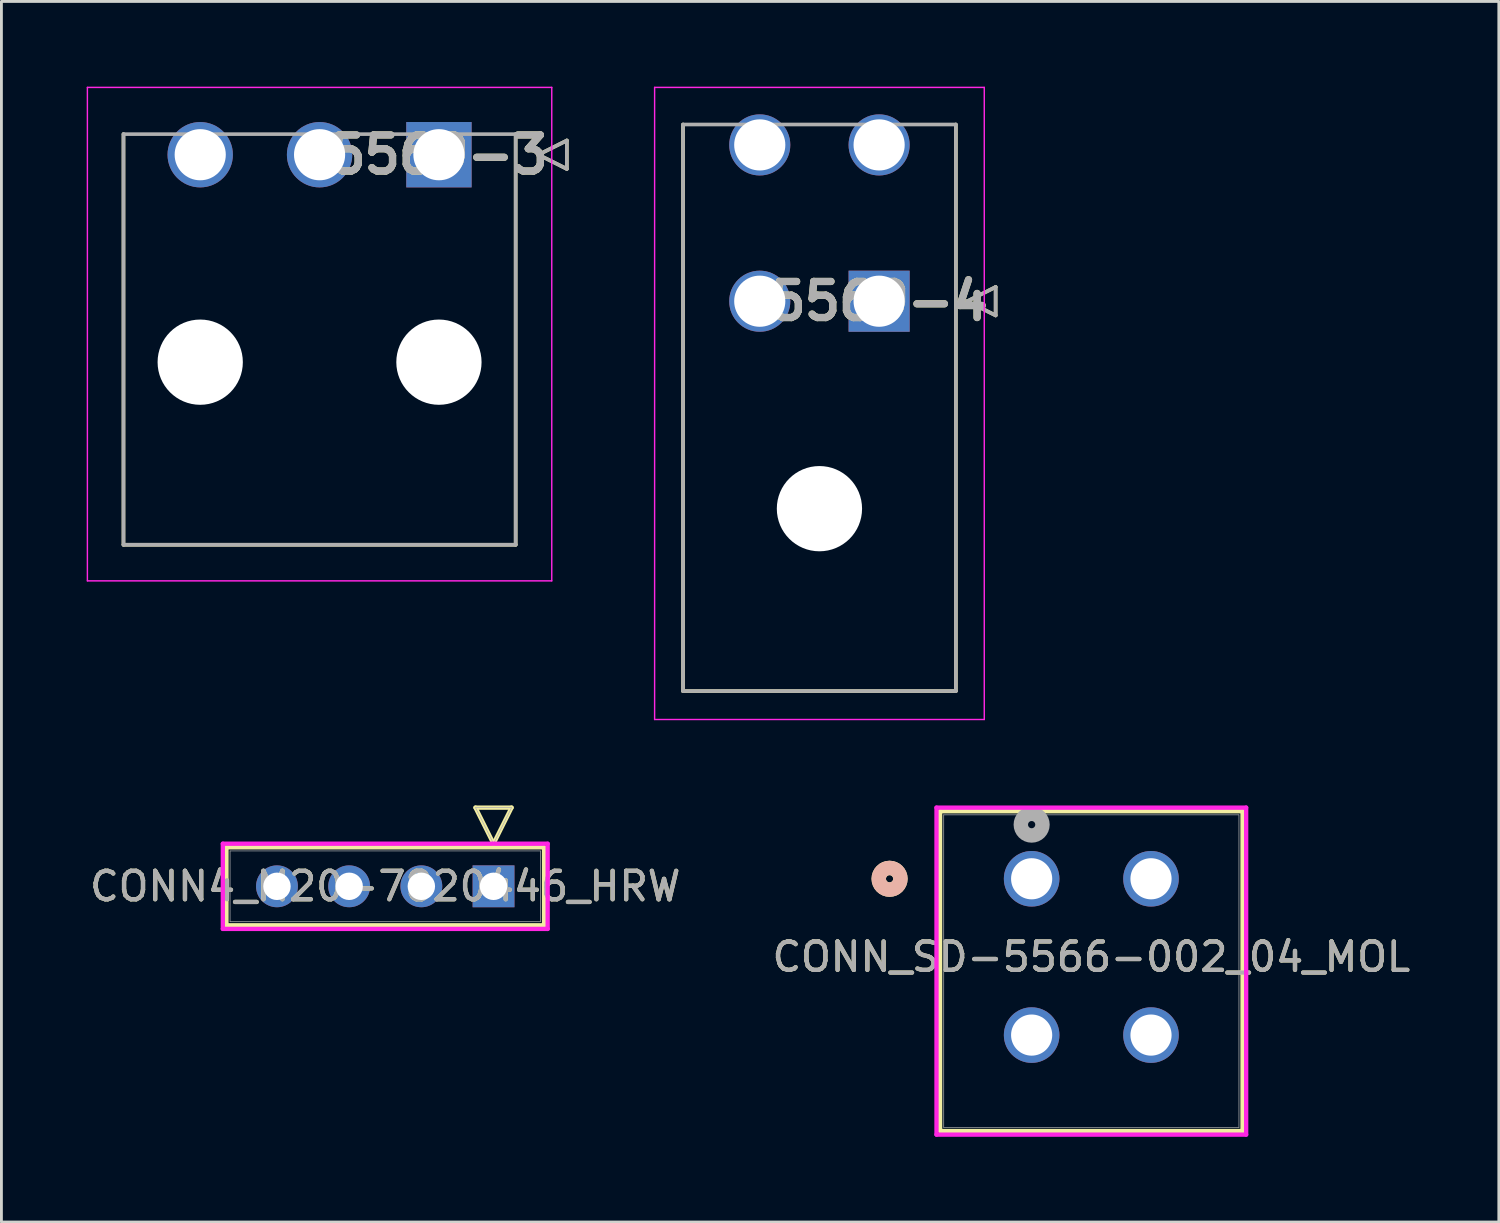
<source format=kicad_pcb>
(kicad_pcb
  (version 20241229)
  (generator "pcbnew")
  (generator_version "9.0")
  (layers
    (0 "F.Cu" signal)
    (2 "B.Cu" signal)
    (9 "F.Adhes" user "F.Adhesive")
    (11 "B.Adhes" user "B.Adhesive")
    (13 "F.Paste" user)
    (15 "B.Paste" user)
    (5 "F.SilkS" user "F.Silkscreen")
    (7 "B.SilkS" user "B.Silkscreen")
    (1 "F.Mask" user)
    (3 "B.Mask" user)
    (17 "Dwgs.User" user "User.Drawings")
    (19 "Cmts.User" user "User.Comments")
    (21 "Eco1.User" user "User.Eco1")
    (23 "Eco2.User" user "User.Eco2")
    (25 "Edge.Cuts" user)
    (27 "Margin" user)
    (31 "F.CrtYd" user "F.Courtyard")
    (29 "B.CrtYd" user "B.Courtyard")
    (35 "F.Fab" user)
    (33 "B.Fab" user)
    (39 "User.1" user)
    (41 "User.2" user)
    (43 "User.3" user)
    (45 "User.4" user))
  (footprint "CONN4_M20-7820446_HRW"
    (layer "F.Cu")
    (at 14.316 28.137)
    (property "Reference" "CONN4_M20-7820446_HRW" (at -3.81 0 0) (unlocked yes) (layer "F.SilkS") (effects (font (size 1 1) (thickness 0.15))))
    (attr through_hole)
    (fp_line (start -9.398 -1.372) (end -9.398 1.372) (stroke (width 0.152) (type solid)) (layer "F.SilkS"))
    (fp_line (start -9.398 1.372) (end 1.778 1.372) (stroke (width 0.152) (type solid)) (layer "F.SilkS"))
    (fp_line (start -0.635 -2.769) (end 0.635 -2.769) (stroke (width 0.152) (type solid)) (layer "F.SilkS"))
    (fp_line (start 0 -1.499) (end -0.635 -2.769) (stroke (width 0.152) (type solid)) (layer "F.SilkS"))
    (fp_line (start 0.635 -2.769) (end 0 -1.499) (stroke (width 0.152) (type solid)) (layer "F.SilkS"))
    (fp_line (start 1.778 -1.372) (end -9.398 -1.372) (stroke (width 0.152) (type solid)) (layer "F.SilkS"))
    (fp_line (start 1.778 1.372) (end 1.778 -1.372) (stroke (width 0.152) (type solid)) (layer "F.SilkS"))
    (fp_line (start -9.525 -1.499) (end -9.525 1.499) (stroke (width 0.152) (type solid)) (layer "F.CrtYd"))
    (fp_line (start -9.525 1.499) (end 1.905 1.499) (stroke (width 0.152) (type solid)) (layer "F.CrtYd"))
    (fp_line (start 1.905 -1.499) (end -9.525 -1.499) (stroke (width 0.152) (type solid)) (layer "F.CrtYd"))
    (fp_line (start 1.905 1.499) (end 1.905 -1.499) (stroke (width 0.152) (type solid)) (layer "F.CrtYd"))
    (fp_line (start -9.271 -1.245) (end -9.271 1.245) (stroke (width 0.025) (type solid)) (layer "F.Fab"))
    (fp_line (start -9.271 1.245) (end 1.651 1.245) (stroke (width 0.025) (type solid)) (layer "F.Fab"))
    (fp_line (start -0.635 -2.769) (end 0.635 -2.769) (stroke (width 0.025) (type solid)) (layer "F.Fab"))
    (fp_line (start 0 -1.499) (end -0.635 -2.769) (stroke (width 0.025) (type solid)) (layer "F.Fab"))
    (fp_line (start 0.635 -2.769) (end 0 -1.499) (stroke (width 0.025) (type solid)) (layer "F.Fab"))
    (fp_line (start 1.651 -1.245) (end -9.271 -1.245) (stroke (width 0.025) (type solid)) (layer "F.Fab"))
    (fp_line (start 1.651 1.245) (end 1.651 -1.245) (stroke (width 0.025) (type solid)) (layer "F.Fab"))
    (fp_text user "${REFERENCE}" (at -3.81 0 0) (unlocked yes) (layer "F.Fab") (effects (font (size 1 1) (thickness 0.15))))
    (pad "1" thru_hole rect (at 0 0) (size 1.473 1.473) (drill 0.965) (layers "*.Cu" "*.Mask"))
    (pad "2" thru_hole circle (at -2.54 0) (size 1.473 1.473) (drill 0.965) (layers "*.Cu" "*.Mask"))
    (pad "3" thru_hole circle (at -5.08 0) (size 1.473 1.473) (drill 0.965) (layers "*.Cu" "*.Mask"))
    (pad "4" thru_hole circle (at -7.62 0) (size 1.473 1.473) (drill 0.965) (layers "*.Cu" "*.Mask")))
  (footprint "CONN_SD-5566-002_04_MOL"
    (layer "F.Cu")
    (at 33.251 27.872)
    (property "Reference" "CONN_SD-5566-002_04_MOL" (at 2.1 2.75 0) (unlocked yes) (layer "F.SilkS") (effects (font (size 1 1) (thickness 0.15))))
    (attr through_hole)
    (fp_line (start -3.221 -2.377) (end -3.221 8.875) (stroke (width 0.152) (type solid)) (layer "F.SilkS"))
    (fp_line (start -3.221 8.875) (end 7.421 8.875) (stroke (width 0.152) (type solid)) (layer "F.SilkS"))
    (fp_line (start 7.421 -2.377) (end -3.221 -2.377) (stroke (width 0.152) (type solid)) (layer "F.SilkS"))
    (fp_line (start 7.421 8.875) (end 7.421 -2.377) (stroke (width 0.152) (type solid)) (layer "F.SilkS"))
    (fp_circle (center -4.999 0) (end -4.618 0) (stroke (width 0.508) (type solid)) (fill no) (layer "F.SilkS"))
    (fp_circle (center -4.999 0) (end -4.618 0) (stroke (width 0.508) (type solid)) (fill no) (layer "B.SilkS"))
    (fp_line (start -3.348 -2.504) (end -3.348 9.002) (stroke (width 0.152) (type solid)) (layer "F.CrtYd"))
    (fp_line (start -3.348 9.002) (end 7.548 9.002) (stroke (width 0.152) (type solid)) (layer "F.CrtYd"))
    (fp_line (start 7.548 -2.504) (end -3.348 -2.504) (stroke (width 0.152) (type solid)) (layer "F.CrtYd"))
    (fp_line (start 7.548 9.002) (end 7.548 -2.504) (stroke (width 0.152) (type solid)) (layer "F.CrtYd"))
    (fp_line (start -3.094 -2.25) (end -3.094 8.748) (stroke (width 0.025) (type solid)) (layer "F.Fab"))
    (fp_line (start -3.094 8.748) (end 7.294 8.748) (stroke (width 0.025) (type solid)) (layer "F.Fab"))
    (fp_line (start 7.294 -2.25) (end -3.094 -2.25) (stroke (width 0.025) (type solid)) (layer "F.Fab"))
    (fp_line (start 7.294 8.748) (end 7.294 -2.25) (stroke (width 0.025) (type solid)) (layer "F.Fab"))
    (fp_circle (center 0 -1.905) (end 0.381 -1.905) (stroke (width 0.508) (type solid)) (fill no) (layer "F.Fab"))
    (fp_text user "${REFERENCE}" (at 2.1 2.75 0) (unlocked yes) (layer "F.Fab") (effects (font (size 1 1) (thickness 0.15))))
    (pad "1" thru_hole circle (at 0 0) (size 1.956 1.956) (drill 1.448) (layers "*.Cu" "*.Mask"))
    (pad "2" thru_hole circle (at 4.2 0) (size 1.956 1.956) (drill 1.448) (layers "*.Cu" "*.Mask"))
    (pad "3" thru_hole circle (at 0 5.5) (size 1.956 1.956) (drill 1.448) (layers "*.Cu" "*.Mask"))
    (pad "4" thru_hole circle (at 4.2 5.5) (size 1.956 1.956) (drill 1.448) (layers "*.Cu" "*.Mask")))
  (footprint "5569-3"
    (layer "F.Cu")
    (at 12.395 2.394)
    (property "Reference" "5569-3" (at 0 0 0) (layer "F.SilkS") (effects (font (size 1.27 1.27) (thickness 0.254))))
    (attr through_hole)
    (fp_line (start -11.1 13.725) (end -11.1 -0.725) (stroke (width 0.127) (type solid)) (layer "F.SilkS"))
    (fp_line (start 2.7 -0.725) (end 2.7 13.725) (stroke (width 0.127) (type solid)) (layer "F.SilkS"))
    (fp_line (start 2.7 13.725) (end -11.1 13.725) (stroke (width 0.127) (type solid)) (layer "F.SilkS"))
    (fp_line (start 3.5 0) (end 4.5 -0.5) (stroke (width 0.127) (type solid)) (layer "F.SilkS"))
    (fp_line (start 4.5 -0.5) (end 4.5 0.5) (stroke (width 0.127) (type solid)) (layer "F.SilkS"))
    (fp_line (start 4.5 0.5) (end 3.5 0) (stroke (width 0.127) (type solid)) (layer "F.SilkS"))
    (fp_line (start -12.37 -2.369) (end 3.97 -2.369) (stroke (width 0.05) (type solid)) (layer "F.CrtYd"))
    (fp_line (start -12.37 14.995) (end -12.37 -2.369) (stroke (width 0.05) (type solid)) (layer "F.CrtYd"))
    (fp_line (start 3.97 -2.369) (end 3.97 14.995) (stroke (width 0.05) (type solid)) (layer "F.CrtYd"))
    (fp_line (start 3.97 14.995) (end -12.37 14.995) (stroke (width 0.05) (type solid)) (layer "F.CrtYd"))
    (fp_line (start -11.1 -0.725) (end 2.7 -0.725) (stroke (width 0.127) (type solid)) (layer "F.Fab"))
    (fp_line (start -11.1 13.725) (end -11.1 -0.725) (stroke (width 0.127) (type solid)) (layer "F.Fab"))
    (fp_line (start 2.7 -0.725) (end 2.7 13.725) (stroke (width 0.127) (type solid)) (layer "F.Fab"))
    (fp_line (start 2.7 13.725) (end -11.1 13.725) (stroke (width 0.127) (type solid)) (layer "F.Fab"))
    (fp_line (start 3.5 0) (end 4.5 -0.5) (stroke (width 0.127) (type solid)) (layer "F.Fab"))
    (fp_line (start 4.5 -0.5) (end 4.5 0.5) (stroke (width 0.127) (type solid)) (layer "F.Fab"))
    (fp_line (start 4.5 0.5) (end 3.5 0) (stroke (width 0.127) (type solid)) (layer "F.Fab"))
    (fp_text user "${REFERENCE}" (at 0 0 0) (layer "F.Fab") (effects (font (size 1.27 1.27) (thickness 0.254))))
    (pad "" np_thru_hole circle (at -8.4 7.3) (size 3 3) (drill 3) (layers "*.Cu" "*.Mask"))
    (pad "" np_thru_hole circle (at 0 7.3) (size 3 3) (drill 3) (layers "*.Cu" "*.Mask"))
    (pad "1" thru_hole rect (at 0 0) (size 2.3 2.3) (drill 1.8) (layers "*.Cu" "*.Mask"))
    (pad "2" thru_hole circle (at -4.2 0) (size 2.3 2.3) (drill 1.8) (layers "*.Cu" "*.Mask"))
    (pad "3" thru_hole circle (at -8.4 0) (size 2.3 2.3) (drill 1.8) (layers "*.Cu" "*.Mask")))
  (footprint "5569-4"
    (layer "F.Cu")
    (at 27.884 7.549)
    (property "Reference" "5569-4" (at 0 0 0) (layer "F.SilkS") (effects (font (size 1.27 1.27) (thickness 0.254))))
    (attr through_hole)
    (fp_line (start -6.9 13.718) (end -6.9 -6.218) (stroke (width 0.127) (type solid)) (layer "F.SilkS"))
    (fp_line (start 2.7 -6.218) (end 2.7 13.718) (stroke (width 0.127) (type solid)) (layer "F.SilkS"))
    (fp_line (start 2.7 13.718) (end -6.9 13.718) (stroke (width 0.127) (type solid)) (layer "F.SilkS"))
    (fp_line (start 3.1 0) (end 4.1 -0.5) (stroke (width 0.127) (type solid)) (layer "F.SilkS"))
    (fp_line (start 4.1 -0.5) (end 4.1 0.5) (stroke (width 0.127) (type solid)) (layer "F.SilkS"))
    (fp_line (start 4.1 0.5) (end 3.1 0) (stroke (width 0.127) (type solid)) (layer "F.SilkS"))
    (fp_line (start -7.9 -7.524) (end 3.7 -7.524) (stroke (width 0.05) (type solid)) (layer "F.CrtYd"))
    (fp_line (start -7.9 14.718) (end -7.9 -7.524) (stroke (width 0.05) (type solid)) (layer "F.CrtYd"))
    (fp_line (start 3.7 -7.524) (end 3.7 14.718) (stroke (width 0.05) (type solid)) (layer "F.CrtYd"))
    (fp_line (start 3.7 14.718) (end -7.9 14.718) (stroke (width 0.05) (type solid)) (layer "F.CrtYd"))
    (fp_line (start -6.9 -6.218) (end 2.7 -6.218) (stroke (width 0.127) (type solid)) (layer "F.Fab"))
    (fp_line (start -6.9 13.718) (end -6.9 -6.218) (stroke (width 0.127) (type solid)) (layer "F.Fab"))
    (fp_line (start 2.7 -6.218) (end 2.7 13.718) (stroke (width 0.127) (type solid)) (layer "F.Fab"))
    (fp_line (start 2.7 13.718) (end -6.9 13.718) (stroke (width 0.127) (type solid)) (layer "F.Fab"))
    (fp_line (start 3.1 0) (end 4.1 -0.5) (stroke (width 0.127) (type solid)) (layer "F.Fab"))
    (fp_line (start 4.1 -0.5) (end 4.1 0.5) (stroke (width 0.127) (type solid)) (layer "F.Fab"))
    (fp_line (start 4.1 0.5) (end 3.1 0) (stroke (width 0.127) (type solid)) (layer "F.Fab"))
    (fp_text user "${REFERENCE}" (at 0 0 0) (layer "F.Fab") (effects (font (size 1.27 1.27) (thickness 0.254))))
    (pad "" np_thru_hole circle (at -2.1 7.3) (size 3 3) (drill 3) (layers "*.Cu" "*.Mask"))
    (pad "1" thru_hole rect (at 0 0) (size 2.15 2.15) (drill 1.8) (layers "*.Cu" "*.Mask"))
    (pad "2" thru_hole circle (at -4.2 0) (size 2.15 2.15) (drill 1.8) (layers "*.Cu" "*.Mask"))
    (pad "3" thru_hole circle (at 0 -5.5) (size 2.15 2.15) (drill 1.8) (layers "*.Cu" "*.Mask"))
    (pad "4" thru_hole circle (at -4.2 -5.5) (size 2.15 2.15) (drill 1.8) (layers "*.Cu" "*.Mask")))
  (gr_rect
    (start -3 -3)
    (end 49.69 39.951)
    (stroke (width 0.1) (type default))
    (fill no)
    (layer "Edge.Cuts")))
</source>
